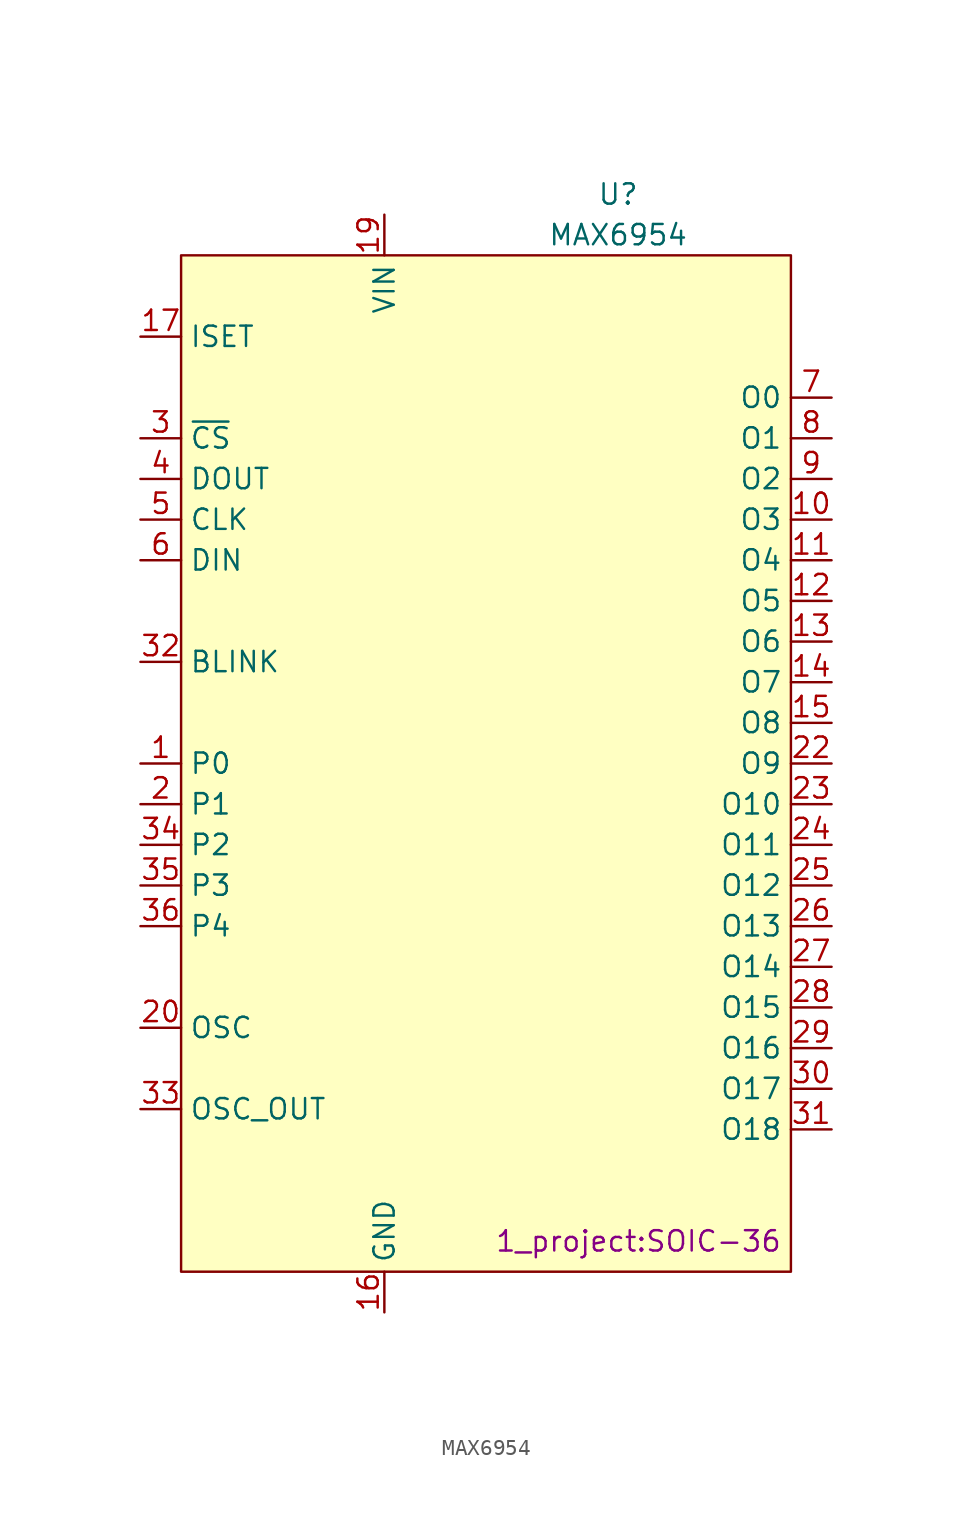
<source format=kicad_sym>
(kicad_symbol_lib
  (version 20220914)
  (generator kicad_symbol_editor)
  (symbol "MAX6954"
    (property "Reference" "U"
      (at 8.255 35.56 0)
      (effects (font (size 1.27 1.27))))
    (property "Value" "MAX6954"
      (at 8.255 33.02 0)
      (effects (font (size 1.27 1.27))))
    (property "Footprint" "1_project:SOIC-36"
      (at 9.525 -29.845 0)
      (effects (font (size 1.27 1.27))))
    (symbol "MAX6954_0_0"
      (pin bidirectional line (at -21.59 0 0) (length 2.54) (name "P0" (effects (font (size 1.27 1.27)))) (number "1" (effects (font (size 1.27 1.27)))))
      (pin output line (at 21.59 15.24 180) (length 2.54) (name "O3" (effects (font (size 1.27 1.27)))) (number "10" (effects (font (size 1.27 1.27)))))
      (pin output line (at 21.59 12.7 180) (length 2.54) (name "O4" (effects (font (size 1.27 1.27)))) (number "11" (effects (font (size 1.27 1.27)))))
      (pin output line (at 21.59 10.16 180) (length 2.54) (name "O5" (effects (font (size 1.27 1.27)))) (number "12" (effects (font (size 1.27 1.27)))))
      (pin output line (at 21.59 7.62 180) (length 2.54) (name "O6" (effects (font (size 1.27 1.27)))) (number "13" (effects (font (size 1.27 1.27)))))
      (pin output line (at 21.59 5.08 180) (length 2.54) (name "O7" (effects (font (size 1.27 1.27)))) (number "14" (effects (font (size 1.27 1.27)))))
      (pin output line (at 21.59 2.54 180) (length 2.54) (name "O8" (effects (font (size 1.27 1.27)))) (number "15" (effects (font (size 1.27 1.27)))))
      (pin input line (at -21.59 26.67 0) (length 2.54) (name "ISET" (effects (font (size 1.27 1.27)))) (number "17" (effects (font (size 1.27 1.27)))))
      (pin power_in line (at -6.35 34.29 270) (length 2.54) (name "VIN" (effects (font (size 1.27 1.27)))) (number "19" (effects (font (size 1.27 1.27)))))
      (pin bidirectional line (at -21.59 -2.54 0) (length 2.54) (name "P1" (effects (font (size 1.27 1.27)))) (number "2" (effects (font (size 1.27 1.27)))))
      (pin input line (at -21.59 -16.51 0) (length 2.54) (name "OSC" (effects (font (size 1.27 1.27)))) (number "20" (effects (font (size 1.27 1.27)))))
      (pin output line (at 21.59 0 180) (length 2.54) (name "O9" (effects (font (size 1.27 1.27)))) (number "22" (effects (font (size 1.27 1.27)))))
      (pin output line (at 21.59 -2.54 180) (length 2.54) (name "O10" (effects (font (size 1.27 1.27)))) (number "23" (effects (font (size 1.27 1.27)))))
      (pin output line (at 21.59 -5.08 180) (length 2.54) (name "O11" (effects (font (size 1.27 1.27)))) (number "24" (effects (font (size 1.27 1.27)))))
      (pin output line (at 21.59 -7.62 180) (length 2.54) (name "O12" (effects (font (size 1.27 1.27)))) (number "25" (effects (font (size 1.27 1.27)))))
      (pin output line (at 21.59 -10.16 180) (length 2.54) (name "O13" (effects (font (size 1.27 1.27)))) (number "26" (effects (font (size 1.27 1.27)))))
      (pin output line (at 21.59 -12.7 180) (length 2.54) (name "O14" (effects (font (size 1.27 1.27)))) (number "27" (effects (font (size 1.27 1.27)))))
      (pin output line (at 21.59 -15.24 180) (length 2.54) (name "O15" (effects (font (size 1.27 1.27)))) (number "28" (effects (font (size 1.27 1.27)))))
      (pin output line (at 21.59 -17.78 180) (length 2.54) (name "O16" (effects (font (size 1.27 1.27)))) (number "29" (effects (font (size 1.27 1.27)))))
      (pin output line (at 21.59 -20.32 180) (length 2.54) (name "O17" (effects (font (size 1.27 1.27)))) (number "30" (effects (font (size 1.27 1.27)))))
      (pin output line (at 21.59 -22.86 180) (length 2.54) (name "O18" (effects (font (size 1.27 1.27)))) (number "31" (effects (font (size 1.27 1.27)))))
      (pin output line (at -21.59 6.35 0) (length 2.54) (name "BLINK" (effects (font (size 1.27 1.27)))) (number "32" (effects (font (size 1.27 1.27)))))
      (pin output line (at -21.59 -21.59 0) (length 2.54) (name "OSC_OUT" (effects (font (size 1.27 1.27)))) (number "33" (effects (font (size 1.27 1.27)))))
      (pin bidirectional line (at -21.59 -5.08 0) (length 2.54) (name "P2" (effects (font (size 1.27 1.27)))) (number "34" (effects (font (size 1.27 1.27)))))
      (pin bidirectional line (at -21.59 -7.62 0) (length 2.54) (name "P3" (effects (font (size 1.27 1.27)))) (number "35" (effects (font (size 1.27 1.27)))))
      (pin bidirectional line (at -21.59 -10.16 0) (length 2.54) (name "P4" (effects (font (size 1.27 1.27)))) (number "36" (effects (font (size 1.27 1.27)))))
      (pin output line (at -21.59 17.78 0) (length 2.54) (name "DOUT" (effects (font (size 1.27 1.27)))) (number "4" (effects (font (size 1.27 1.27)))))
      (pin input line (at -21.59 15.24 0) (length 2.54) (name "CLK" (effects (font (size 1.27 1.27)))) (number "5" (effects (font (size 1.27 1.27)))))
      (pin input line (at -21.59 12.7 0) (length 2.54) (name "DIN" (effects (font (size 1.27 1.27)))) (number "6" (effects (font (size 1.27 1.27)))))
      (pin output line (at 21.59 22.86 180) (length 2.54) (name "O0" (effects (font (size 1.27 1.27)))) (number "7" (effects (font (size 1.27 1.27)))))
      (pin output line (at 21.59 20.32 180) (length 2.54) (name "O1" (effects (font (size 1.27 1.27)))) (number "8" (effects (font (size 1.27 1.27)))))
      (pin output line (at 21.59 17.78 180) (length 2.54) (name "O2" (effects (font (size 1.27 1.27)))) (number "9" (effects (font (size 1.27 1.27))))))
    (symbol "MAX6954_1_0"
      (pin power_in line (at -6.35 -34.29 90) (length 2.54) (name "GND" (effects (font (size 1.27 1.27)))) (number "16" (effects (font (size 1.27 1.27)))))
      (pin power_in line (at -6.35 -34.29 90) (length 2.54) hide (name "GND" (effects (font (size 1.27 1.27)))) (number "18" (effects (font (size 1.27 1.27)))))
      (pin power_in line (at -6.35 34.29 270) (length 2.54) hide (name "VIN" (effects (font (size 1.27 1.27)))) (number "21" (effects (font (size 1.27 1.27)))))
      (pin input line (at -21.59 20.32 0) (length 2.54) (name "~{CS}" (effects (font (size 1.27 1.27)))) (number "3" (effects (font (size 1.27 1.27))))))
    (symbol "MAX6954_1_1"
      (rectangle (start -19.05 31.75) (end 19.05 -31.75) (stroke (width 0) (type default)) (fill (type background))))))
</source>
